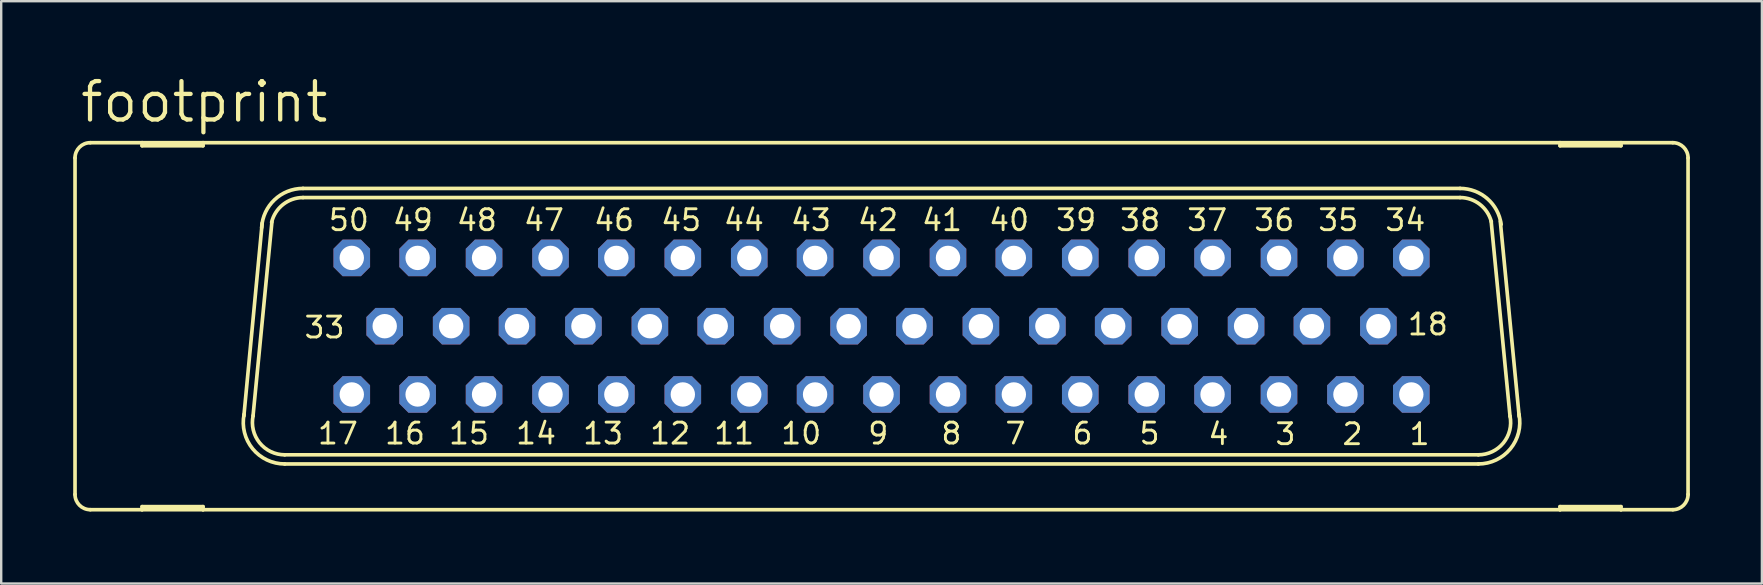
<source format=kicad_pcb>
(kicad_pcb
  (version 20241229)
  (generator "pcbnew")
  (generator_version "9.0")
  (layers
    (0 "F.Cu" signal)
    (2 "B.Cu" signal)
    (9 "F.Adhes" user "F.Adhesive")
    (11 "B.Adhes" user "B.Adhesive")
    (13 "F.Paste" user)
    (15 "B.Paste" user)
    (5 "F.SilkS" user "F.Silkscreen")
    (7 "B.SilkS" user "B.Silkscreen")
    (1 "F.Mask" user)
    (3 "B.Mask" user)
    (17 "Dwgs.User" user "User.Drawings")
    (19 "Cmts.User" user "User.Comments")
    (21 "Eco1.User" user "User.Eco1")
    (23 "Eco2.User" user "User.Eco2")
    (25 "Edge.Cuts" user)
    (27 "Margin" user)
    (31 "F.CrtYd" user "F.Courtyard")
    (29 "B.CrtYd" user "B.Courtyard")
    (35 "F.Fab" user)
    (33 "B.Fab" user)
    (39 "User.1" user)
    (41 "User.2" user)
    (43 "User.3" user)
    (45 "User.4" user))
  (footprint "footprint"
    (layer "F.Cu")
    (at 33.68 10.541)
    (property "Reference" "footprint" (at -33.477 -8.407 0) (layer "F.SilkS") (effects (font (size 1.6 1.6) (thickness 0.178)) (justify left bottom)))
    (fp_line (start -33.604 7.01) (end -33.604 -7.01) (stroke (width 0.152) (type solid)) (layer "F.SilkS"))
    (fp_line (start -32.969 7.645) (end -30.81 7.645) (stroke (width 0.152) (type solid)) (layer "F.SilkS"))
    (fp_line (start -30.81 -7.645) (end -32.969 -7.645) (stroke (width 0.152) (type solid)) (layer "F.SilkS"))
    (fp_line (start -30.81 -7.518) (end -30.81 -7.645) (stroke (width 0.152) (type solid)) (layer "F.SilkS"))
    (fp_line (start -30.81 7.518) (end -30.81 7.645) (stroke (width 0.152) (type solid)) (layer "F.SilkS"))
    (fp_line (start -30.81 7.645) (end -28.27 7.645) (stroke (width 0.152) (type solid)) (layer "F.SilkS"))
    (fp_line (start -28.27 -7.645) (end -30.81 -7.645) (stroke (width 0.152) (type solid)) (layer "F.SilkS"))
    (fp_line (start -28.27 -7.645) (end -28.27 -7.518) (stroke (width 0.152) (type solid)) (layer "F.SilkS"))
    (fp_line (start -28.27 -7.518) (end -30.81 -7.518) (stroke (width 0.152) (type solid)) (layer "F.SilkS"))
    (fp_line (start -28.27 7.518) (end -30.81 7.518) (stroke (width 0.152) (type solid)) (layer "F.SilkS"))
    (fp_line (start -28.27 7.645) (end -28.27 7.518) (stroke (width 0.152) (type solid)) (layer "F.SilkS"))
    (fp_line (start -28.27 7.645) (end 28.27 7.645) (stroke (width 0.152) (type solid)) (layer "F.SilkS"))
    (fp_line (start -26.568 3.734) (end -25.806 -4.293) (stroke (width 0.152) (type solid)) (layer "F.SilkS"))
    (fp_line (start -26.187 3.734) (end -25.4 -4.343) (stroke (width 0.152) (type solid)) (layer "F.SilkS"))
    (fp_line (start 24.105 -5.74) (end -24.105 -5.74) (stroke (width 0.152) (type solid)) (layer "F.SilkS"))
    (fp_line (start 24.105 -5.359) (end -24.105 -5.359) (stroke (width 0.152) (type solid)) (layer "F.SilkS"))
    (fp_line (start 24.867 5.359) (end -24.867 5.359) (stroke (width 0.152) (type solid)) (layer "F.SilkS"))
    (fp_line (start 24.867 5.74) (end -24.867 5.74) (stroke (width 0.152) (type solid)) (layer "F.SilkS"))
    (fp_line (start 25.4 -4.369) (end 26.187 3.759) (stroke (width 0.152) (type solid)) (layer "F.SilkS"))
    (fp_line (start 25.781 -4.369) (end 26.568 3.759) (stroke (width 0.152) (type solid)) (layer "F.SilkS"))
    (fp_line (start 28.27 -7.645) (end -28.27 -7.645) (stroke (width 0.152) (type solid)) (layer "F.SilkS"))
    (fp_line (start 28.27 -7.518) (end 28.27 -7.645) (stroke (width 0.152) (type solid)) (layer "F.SilkS"))
    (fp_line (start 28.27 7.518) (end 28.27 7.645) (stroke (width 0.152) (type solid)) (layer "F.SilkS"))
    (fp_line (start 28.27 7.645) (end 30.81 7.645) (stroke (width 0.152) (type solid)) (layer "F.SilkS"))
    (fp_line (start 30.81 -7.645) (end 28.27 -7.645) (stroke (width 0.152) (type solid)) (layer "F.SilkS"))
    (fp_line (start 30.81 -7.645) (end 30.81 -7.518) (stroke (width 0.152) (type solid)) (layer "F.SilkS"))
    (fp_line (start 30.81 -7.518) (end 28.27 -7.518) (stroke (width 0.152) (type solid)) (layer "F.SilkS"))
    (fp_line (start 30.81 7.518) (end 28.27 7.518) (stroke (width 0.152) (type solid)) (layer "F.SilkS"))
    (fp_line (start 30.81 7.645) (end 30.81 7.518) (stroke (width 0.152) (type solid)) (layer "F.SilkS"))
    (fp_line (start 30.81 7.645) (end 32.969 7.645) (stroke (width 0.152) (type solid)) (layer "F.SilkS"))
    (fp_line (start 32.969 -7.645) (end 30.81 -7.645) (stroke (width 0.152) (type solid)) (layer "F.SilkS"))
    (fp_line (start 33.604 7.01) (end 33.604 -7.01) (stroke (width 0.152) (type solid)) (layer "F.SilkS"))
    (fp_arc (start -33.6042 -7.0104) (mid -33.418213 -7.459413) (end -32.9692 -7.6454) (stroke (width 0.1524) (type solid)) (layer "F.SilkS"))
    (fp_arc (start -32.9692 7.6454) (mid -33.418213 7.459413) (end -33.6042 7.0104) (stroke (width 0.1524) (type solid)) (layer "F.SilkS"))
    (fp_arc (start -25.8289 -4.1073) (mid -25.291966 -5.267228) (end -24.1046 -5.7404) (stroke (width 0.1524) (type solid)) (layer "F.SilkS"))
    (fp_arc (start -25.4133 -4.3274) (mid -24.937855 -5.070274) (end -24.104599 -5.359399) (stroke (width 0.1524) (type solid)) (layer "F.SilkS"))
    (fp_arc (start -24.866598 5.3594) (mid -25.915155 4.857585) (end -26.1821 3.7262) (stroke (width 0.1524) (type solid)) (layer "F.SilkS"))
    (fp_arc (start -24.866598 5.7404) (mid -26.202411 5.108268) (end -26.5606 3.6745) (stroke (width 0.1524) (type solid)) (layer "F.SilkS"))
    (fp_arc (start 24.1046 -5.7404) (mid 25.242311 -5.312711) (end 25.816599 -4.241499) (stroke (width 0.1524) (type solid)) (layer "F.SilkS"))
    (fp_arc (start 24.1046 -5.3594) (mid 24.9281 -5.078145) (end 25.4075 -4.3519) (stroke (width 0.1524) (type solid)) (layer "F.SilkS"))
    (fp_arc (start 26.1867 3.7492) (mid 25.907682 4.866684) (end 24.8666 5.3594) (stroke (width 0.1524) (type solid)) (layer "F.SilkS"))
    (fp_arc (start 26.560299 3.674498) (mid 26.202317 5.10824) (end 24.8666 5.7404) (stroke (width 0.1524) (type solid)) (layer "F.SilkS"))
    (fp_arc (start 32.9692 -7.6454) (mid 33.418213 -7.459413) (end 33.6042 -7.0104) (stroke (width 0.1524) (type solid)) (layer "F.SilkS"))
    (fp_arc (start 33.6042 7.0104) (mid 33.418213 7.459413) (end 32.9692 7.6454) (stroke (width 0.1524) (type solid)) (layer "F.SilkS"))
    (fp_circle (center -22.073 -2.845) (end -21.819 -2.845) (stroke (width 0.406) (type solid)) (fill no) (layer "F.Fab"))
    (fp_circle (center -22.073 2.845) (end -21.819 2.845) (stroke (width 0.406) (type solid)) (fill no) (layer "F.Fab"))
    (fp_circle (center -20.701 0) (end -20.447 0) (stroke (width 0.406) (type solid)) (fill no) (layer "F.Fab"))
    (fp_circle (center -19.329 -2.845) (end -19.075 -2.845) (stroke (width 0.406) (type solid)) (fill no) (layer "F.Fab"))
    (fp_circle (center -19.329 2.845) (end -19.075 2.845) (stroke (width 0.406) (type solid)) (fill no) (layer "F.Fab"))
    (fp_circle (center -17.932 0) (end -17.678 0) (stroke (width 0.406) (type solid)) (fill no) (layer "F.Fab"))
    (fp_circle (center -16.561 -2.845) (end -16.307 -2.845) (stroke (width 0.406) (type solid)) (fill no) (layer "F.Fab"))
    (fp_circle (center -16.561 2.845) (end -16.307 2.845) (stroke (width 0.406) (type solid)) (fill no) (layer "F.Fab"))
    (fp_circle (center -15.189 0) (end -14.935 0) (stroke (width 0.406) (type solid)) (fill no) (layer "F.Fab"))
    (fp_circle (center -13.792 -2.845) (end -13.538 -2.845) (stroke (width 0.406) (type solid)) (fill no) (layer "F.Fab"))
    (fp_circle (center -13.792 2.845) (end -13.538 2.845) (stroke (width 0.406) (type solid)) (fill no) (layer "F.Fab"))
    (fp_circle (center -12.421 0) (end -12.167 0) (stroke (width 0.406) (type solid)) (fill no) (layer "F.Fab"))
    (fp_circle (center -11.049 -2.845) (end -10.795 -2.845) (stroke (width 0.406) (type solid)) (fill no) (layer "F.Fab"))
    (fp_circle (center -11.049 2.845) (end -10.795 2.845) (stroke (width 0.406) (type solid)) (fill no) (layer "F.Fab"))
    (fp_circle (center -9.652 0) (end -9.398 0) (stroke (width 0.406) (type solid)) (fill no) (layer "F.Fab"))
    (fp_circle (center -8.28 -2.845) (end -8.026 -2.845) (stroke (width 0.406) (type solid)) (fill no) (layer "F.Fab"))
    (fp_circle (center -8.28 2.845) (end -8.026 2.845) (stroke (width 0.406) (type solid)) (fill no) (layer "F.Fab"))
    (fp_circle (center -6.909 0) (end -6.655 0) (stroke (width 0.406) (type solid)) (fill no) (layer "F.Fab"))
    (fp_circle (center -5.512 -2.845) (end -5.258 -2.845) (stroke (width 0.406) (type solid)) (fill no) (layer "F.Fab"))
    (fp_circle (center -5.512 2.845) (end -5.258 2.845) (stroke (width 0.406) (type solid)) (fill no) (layer "F.Fab"))
    (fp_circle (center -4.14 0) (end -3.886 0) (stroke (width 0.406) (type solid)) (fill no) (layer "F.Fab"))
    (fp_circle (center -2.769 -2.845) (end -2.515 -2.845) (stroke (width 0.406) (type solid)) (fill no) (layer "F.Fab"))
    (fp_circle (center -2.769 2.845) (end -2.515 2.845) (stroke (width 0.406) (type solid)) (fill no) (layer "F.Fab"))
    (fp_circle (center -1.372 0) (end -1.118 0) (stroke (width 0.406) (type solid)) (fill no) (layer "F.Fab"))
    (fp_circle (center 0 -2.845) (end 0.254 -2.845) (stroke (width 0.406) (type solid)) (fill no) (layer "F.Fab"))
    (fp_circle (center 0 2.845) (end 0.254 2.845) (stroke (width 0.406) (type solid)) (fill no) (layer "F.Fab"))
    (fp_circle (center 1.372 0) (end 1.626 0) (stroke (width 0.406) (type solid)) (fill no) (layer "F.Fab"))
    (fp_circle (center 2.769 -2.845) (end 3.023 -2.845) (stroke (width 0.406) (type solid)) (fill no) (layer "F.Fab"))
    (fp_circle (center 2.769 2.845) (end 3.023 2.845) (stroke (width 0.406) (type solid)) (fill no) (layer "F.Fab"))
    (fp_circle (center 4.14 0) (end 4.394 0) (stroke (width 0.406) (type solid)) (fill no) (layer "F.Fab"))
    (fp_circle (center 5.512 -2.845) (end 5.766 -2.845) (stroke (width 0.406) (type solid)) (fill no) (layer "F.Fab"))
    (fp_circle (center 5.512 2.845) (end 5.766 2.845) (stroke (width 0.406) (type solid)) (fill no) (layer "F.Fab"))
    (fp_circle (center 6.909 0) (end 7.163 0) (stroke (width 0.406) (type solid)) (fill no) (layer "F.Fab"))
    (fp_circle (center 8.28 -2.845) (end 8.534 -2.845) (stroke (width 0.406) (type solid)) (fill no) (layer "F.Fab"))
    (fp_circle (center 8.28 2.845) (end 8.534 2.845) (stroke (width 0.406) (type solid)) (fill no) (layer "F.Fab"))
    (fp_circle (center 9.652 0) (end 9.906 0) (stroke (width 0.406) (type solid)) (fill no) (layer "F.Fab"))
    (fp_circle (center 11.049 -2.845) (end 11.303 -2.845) (stroke (width 0.406) (type solid)) (fill no) (layer "F.Fab"))
    (fp_circle (center 11.049 2.845) (end 11.303 2.845) (stroke (width 0.406) (type solid)) (fill no) (layer "F.Fab"))
    (fp_circle (center 12.421 0) (end 12.675 0) (stroke (width 0.406) (type solid)) (fill no) (layer "F.Fab"))
    (fp_circle (center 13.792 -2.845) (end 14.046 -2.845) (stroke (width 0.406) (type solid)) (fill no) (layer "F.Fab"))
    (fp_circle (center 13.792 2.845) (end 14.046 2.845) (stroke (width 0.406) (type solid)) (fill no) (layer "F.Fab"))
    (fp_circle (center 15.189 0) (end 15.443 0) (stroke (width 0.406) (type solid)) (fill no) (layer "F.Fab"))
    (fp_circle (center 16.561 -2.845) (end 16.815 -2.845) (stroke (width 0.406) (type solid)) (fill no) (layer "F.Fab"))
    (fp_circle (center 16.561 2.845) (end 16.815 2.845) (stroke (width 0.406) (type solid)) (fill no) (layer "F.Fab"))
    (fp_circle (center 17.932 0) (end 18.186 0) (stroke (width 0.406) (type solid)) (fill no) (layer "F.Fab"))
    (fp_circle (center 19.329 -2.845) (end 19.583 -2.845) (stroke (width 0.406) (type solid)) (fill no) (layer "F.Fab"))
    (fp_circle (center 19.329 2.845) (end 19.583 2.845) (stroke (width 0.406) (type solid)) (fill no) (layer "F.Fab"))
    (fp_circle (center 20.701 0) (end 20.955 0) (stroke (width 0.406) (type solid)) (fill no) (layer "F.Fab"))
    (fp_circle (center 22.073 -2.845) (end 22.327 -2.845) (stroke (width 0.406) (type solid)) (fill no) (layer "F.Fab"))
    (fp_circle (center 22.073 2.845) (end 22.327 2.845) (stroke (width 0.406) (type solid)) (fill no) (layer "F.Fab"))
    (fp_text user "12" (at -7.899 3.962 0) (layer "F.SilkS") (effects (font (size 0.872 0.872) (thickness 0.119)) (justify right top)))
    (fp_text user "4" (at 14.529 3.988 0) (layer "F.SilkS") (effects (font (size 0.872 0.872) (thickness 0.119)) (justify right top)))
    (fp_text user "40" (at 6.223 -4.928 0) (layer "F.SilkS") (effects (font (size 0.872 0.872) (thickness 0.119)) (justify right top)))
    (fp_text user "11" (at -5.232 3.962 0) (layer "F.SilkS") (effects (font (size 0.872 0.872) (thickness 0.119)) (justify right top)))
    (fp_text user "16" (at -18.948 3.962 0) (layer "F.SilkS") (effects (font (size 0.872 0.872) (thickness 0.119)) (justify right top)))
    (fp_text user "36" (at 17.272 -4.928 0) (layer "F.SilkS") (effects (font (size 0.872 0.872) (thickness 0.119)) (justify right top)))
    (fp_text user "18" (at 23.673 -0.584 0) (layer "F.SilkS") (effects (font (size 0.872 0.872) (thickness 0.119)) (justify right top)))
    (fp_text user "14" (at -13.487 3.962 0) (layer "F.SilkS") (effects (font (size 0.872 0.872) (thickness 0.119)) (justify right top)))
    (fp_text user "17" (at -21.742 3.962 0) (layer "F.SilkS") (effects (font (size 0.872 0.872) (thickness 0.119)) (justify right top)))
    (fp_text user "34" (at 22.733 -4.928 0) (layer "F.SilkS") (effects (font (size 0.872 0.872) (thickness 0.119)) (justify right top)))
    (fp_text user "37" (at 14.478 -4.928 0) (layer "F.SilkS") (effects (font (size 0.872 0.872) (thickness 0.119)) (justify right top)))
    (fp_text user "41" (at 3.429 -4.928 0) (layer "F.SilkS") (effects (font (size 0.872 0.872) (thickness 0.119)) (justify right top)))
    (fp_text user "7" (at 6.071 3.962 0) (layer "F.SilkS") (effects (font (size 0.872 0.872) (thickness 0.119)) (justify right top)))
    (fp_text user "8" (at 3.404 3.962 0) (layer "F.SilkS") (effects (font (size 0.872 0.872) (thickness 0.119)) (justify right top)))
    (fp_text user "35" (at 19.939 -4.928 0) (layer "F.SilkS") (effects (font (size 0.872 0.872) (thickness 0.119)) (justify right top)))
    (fp_text user "15" (at -16.281 3.962 0) (layer "F.SilkS") (effects (font (size 0.872 0.872) (thickness 0.119)) (justify right top)))
    (fp_text user "1" (at 22.911 3.988 0) (layer "F.SilkS") (effects (font (size 0.872 0.872) (thickness 0.119)) (justify right top)))
    (fp_text user "33" (at -22.301 -0.457 0) (layer "F.SilkS") (effects (font (size 0.872 0.872) (thickness 0.119)) (justify right top)))
    (fp_text user "13" (at -10.693 3.962 0) (layer "F.SilkS") (effects (font (size 0.872 0.872) (thickness 0.119)) (justify right top)))
    (fp_text user "47" (at -13.157 -4.928 0) (layer "F.SilkS") (effects (font (size 0.872 0.872) (thickness 0.119)) (justify right top)))
    (fp_text user "2" (at 20.117 3.988 0) (layer "F.SilkS") (effects (font (size 0.872 0.872) (thickness 0.119)) (justify right top)))
    (fp_text user "44" (at -4.826 -4.928 0) (layer "F.SilkS") (effects (font (size 0.872 0.872) (thickness 0.119)) (justify right top)))
    (fp_text user "45" (at -7.442 -4.928 0) (layer "F.SilkS") (effects (font (size 0.872 0.872) (thickness 0.119)) (justify right top)))
    (fp_text user "3" (at 17.323 3.988 0) (layer "F.SilkS") (effects (font (size 0.872 0.872) (thickness 0.119)) (justify right top)))
    (fp_text user "6" (at 8.865 3.962 0) (layer "F.SilkS") (effects (font (size 0.872 0.872) (thickness 0.119)) (justify right top)))
    (fp_text user "43" (at -2.032 -4.928 0) (layer "F.SilkS") (effects (font (size 0.872 0.872) (thickness 0.119)) (justify right top)))
    (fp_text user "49" (at -18.618 -4.928 0) (layer "F.SilkS") (effects (font (size 0.872 0.872) (thickness 0.119)) (justify right top)))
    (fp_text user "48" (at -15.951 -4.928 0) (layer "F.SilkS") (effects (font (size 0.872 0.872) (thickness 0.119)) (justify right top)))
    (fp_text user "46" (at -10.236 -4.928 0) (layer "F.SilkS") (effects (font (size 0.872 0.872) (thickness 0.119)) (justify right top)))
    (fp_text user "38" (at 11.684 -4.928 0) (layer "F.SilkS") (effects (font (size 0.872 0.872) (thickness 0.119)) (justify right top)))
    (fp_text user "42" (at 0.762 -4.928 0) (layer "F.SilkS") (effects (font (size 0.872 0.872) (thickness 0.119)) (justify right top)))
    (fp_text user "39" (at 9.017 -4.928 0) (layer "F.SilkS") (effects (font (size 0.872 0.872) (thickness 0.119)) (justify right top)))
    (fp_text user "10" (at -2.438 3.962 0) (layer "F.SilkS") (effects (font (size 0.872 0.872) (thickness 0.119)) (justify right top)))
    (fp_text user "9" (at 0.356 3.962 0) (layer "F.SilkS") (effects (font (size 0.872 0.872) (thickness 0.119)) (justify right top)))
    (fp_text user "5" (at 11.659 3.962 0) (layer "F.SilkS") (effects (font (size 0.872 0.872) (thickness 0.119)) (justify right top)))
    (fp_text user "50" (at -21.285 -4.928 0) (layer "F.SilkS") (effects (font (size 0.872 0.872) (thickness 0.119)) (justify right top)))
    (pad "1" thru_hole roundrect (at 22.073 2.845) (size 1.524 1.524) (drill 1.016) (layers "*.Cu" "*.Mask") (roundrect_rratio 0.25) (chamfer_ratio 0.25) (chamfer top_left top_right bottom_left bottom_right))
    (pad "2" thru_hole roundrect (at 19.329 2.845) (size 1.524 1.524) (drill 1.016) (layers "*.Cu" "*.Mask") (roundrect_rratio 0.25) (chamfer_ratio 0.25) (chamfer top_left top_right bottom_left bottom_right))
    (pad "3" thru_hole roundrect (at 16.561 2.845) (size 1.524 1.524) (drill 1.016) (layers "*.Cu" "*.Mask") (roundrect_rratio 0.25) (chamfer_ratio 0.25) (chamfer top_left top_right bottom_left bottom_right))
    (pad "4" thru_hole roundrect (at 13.792 2.845) (size 1.524 1.524) (drill 1.016) (layers "*.Cu" "*.Mask") (roundrect_rratio 0.25) (chamfer_ratio 0.25) (chamfer top_left top_right bottom_left bottom_right))
    (pad "5" thru_hole roundrect (at 11.049 2.845) (size 1.524 1.524) (drill 1.016) (layers "*.Cu" "*.Mask") (roundrect_rratio 0.25) (chamfer_ratio 0.25) (chamfer top_left top_right bottom_left bottom_right))
    (pad "6" thru_hole roundrect (at 8.28 2.845) (size 1.524 1.524) (drill 1.016) (layers "*.Cu" "*.Mask") (roundrect_rratio 0.25) (chamfer_ratio 0.25) (chamfer top_left top_right bottom_left bottom_right))
    (pad "7" thru_hole roundrect (at 5.512 2.845) (size 1.524 1.524) (drill 1.016) (layers "*.Cu" "*.Mask") (roundrect_rratio 0.25) (chamfer_ratio 0.25) (chamfer top_left top_right bottom_left bottom_right))
    (pad "8" thru_hole roundrect (at 2.769 2.845) (size 1.524 1.524) (drill 1.016) (layers "*.Cu" "*.Mask") (roundrect_rratio 0.25) (chamfer_ratio 0.25) (chamfer top_left top_right bottom_left bottom_right))
    (pad "9" thru_hole roundrect (at 0 2.845) (size 1.524 1.524) (drill 1.016) (layers "*.Cu" "*.Mask") (roundrect_rratio 0.25) (chamfer_ratio 0.25) (chamfer top_left top_right bottom_left bottom_right))
    (pad "10" thru_hole roundrect (at -2.769 2.845) (size 1.524 1.524) (drill 1.016) (layers "*.Cu" "*.Mask") (roundrect_rratio 0.25) (chamfer_ratio 0.25) (chamfer top_left top_right bottom_left bottom_right))
    (pad "11" thru_hole roundrect (at -5.512 2.845) (size 1.524 1.524) (drill 1.016) (layers "*.Cu" "*.Mask") (roundrect_rratio 0.25) (chamfer_ratio 0.25) (chamfer top_left top_right bottom_left bottom_right))
    (pad "12" thru_hole roundrect (at -8.28 2.845) (size 1.524 1.524) (drill 1.016) (layers "*.Cu" "*.Mask") (roundrect_rratio 0.25) (chamfer_ratio 0.25) (chamfer top_left top_right bottom_left bottom_right))
    (pad "13" thru_hole roundrect (at -11.049 2.845) (size 1.524 1.524) (drill 1.016) (layers "*.Cu" "*.Mask") (roundrect_rratio 0.25) (chamfer_ratio 0.25) (chamfer top_left top_right bottom_left bottom_right))
    (pad "14" thru_hole roundrect (at -13.792 2.845) (size 1.524 1.524) (drill 1.016) (layers "*.Cu" "*.Mask") (roundrect_rratio 0.25) (chamfer_ratio 0.25) (chamfer top_left top_right bottom_left bottom_right))
    (pad "15" thru_hole roundrect (at -16.561 2.845) (size 1.524 1.524) (drill 1.016) (layers "*.Cu" "*.Mask") (roundrect_rratio 0.25) (chamfer_ratio 0.25) (chamfer top_left top_right bottom_left bottom_right))
    (pad "16" thru_hole roundrect (at -19.329 2.845) (size 1.524 1.524) (drill 1.016) (layers "*.Cu" "*.Mask") (roundrect_rratio 0.25) (chamfer_ratio 0.25) (chamfer top_left top_right bottom_left bottom_right))
    (pad "17" thru_hole roundrect (at -22.073 2.845) (size 1.524 1.524) (drill 1.016) (layers "*.Cu" "*.Mask") (roundrect_rratio 0.25) (chamfer_ratio 0.25) (chamfer top_left top_right bottom_left bottom_right))
    (pad "18" thru_hole roundrect (at 20.701 0) (size 1.524 1.524) (drill 1.016) (layers "*.Cu" "*.Mask") (roundrect_rratio 0.25) (chamfer_ratio 0.25) (chamfer top_left top_right bottom_left bottom_right))
    (pad "19" thru_hole roundrect (at 17.932 0) (size 1.524 1.524) (drill 1.016) (layers "*.Cu" "*.Mask") (roundrect_rratio 0.25) (chamfer_ratio 0.25) (chamfer top_left top_right bottom_left bottom_right))
    (pad "20" thru_hole roundrect (at 15.189 0) (size 1.524 1.524) (drill 1.016) (layers "*.Cu" "*.Mask") (roundrect_rratio 0.25) (chamfer_ratio 0.25) (chamfer top_left top_right bottom_left bottom_right))
    (pad "21" thru_hole roundrect (at 12.421 0) (size 1.524 1.524) (drill 1.016) (layers "*.Cu" "*.Mask") (roundrect_rratio 0.25) (chamfer_ratio 0.25) (chamfer top_left top_right bottom_left bottom_right))
    (pad "22" thru_hole roundrect (at 9.652 0) (size 1.524 1.524) (drill 1.016) (layers "*.Cu" "*.Mask") (roundrect_rratio 0.25) (chamfer_ratio 0.25) (chamfer top_left top_right bottom_left bottom_right))
    (pad "23" thru_hole roundrect (at 6.909 0) (size 1.524 1.524) (drill 1.016) (layers "*.Cu" "*.Mask") (roundrect_rratio 0.25) (chamfer_ratio 0.25) (chamfer top_left top_right bottom_left bottom_right))
    (pad "24" thru_hole roundrect (at 4.14 0) (size 1.524 1.524) (drill 1.016) (layers "*.Cu" "*.Mask") (roundrect_rratio 0.25) (chamfer_ratio 0.25) (chamfer top_left top_right bottom_left bottom_right))
    (pad "25" thru_hole roundrect (at 1.372 0) (size 1.524 1.524) (drill 1.016) (layers "*.Cu" "*.Mask") (roundrect_rratio 0.25) (chamfer_ratio 0.25) (chamfer top_left top_right bottom_left bottom_right))
    (pad "26" thru_hole roundrect (at -1.372 0) (size 1.524 1.524) (drill 1.016) (layers "*.Cu" "*.Mask") (roundrect_rratio 0.25) (chamfer_ratio 0.25) (chamfer top_left top_right bottom_left bottom_right))
    (pad "27" thru_hole roundrect (at -4.14 0) (size 1.524 1.524) (drill 1.016) (layers "*.Cu" "*.Mask") (roundrect_rratio 0.25) (chamfer_ratio 0.25) (chamfer top_left top_right bottom_left bottom_right))
    (pad "28" thru_hole roundrect (at -6.909 0) (size 1.524 1.524) (drill 1.016) (layers "*.Cu" "*.Mask") (roundrect_rratio 0.25) (chamfer_ratio 0.25) (chamfer top_left top_right bottom_left bottom_right))
    (pad "29" thru_hole roundrect (at -9.652 0) (size 1.524 1.524) (drill 1.016) (layers "*.Cu" "*.Mask") (roundrect_rratio 0.25) (chamfer_ratio 0.25) (chamfer top_left top_right bottom_left bottom_right))
    (pad "30" thru_hole roundrect (at -12.421 0) (size 1.524 1.524) (drill 1.016) (layers "*.Cu" "*.Mask") (roundrect_rratio 0.25) (chamfer_ratio 0.25) (chamfer top_left top_right bottom_left bottom_right))
    (pad "31" thru_hole roundrect (at -15.189 0) (size 1.524 1.524) (drill 1.016) (layers "*.Cu" "*.Mask") (roundrect_rratio 0.25) (chamfer_ratio 0.25) (chamfer top_left top_right bottom_left bottom_right))
    (pad "32" thru_hole roundrect (at -17.932 0) (size 1.524 1.524) (drill 1.016) (layers "*.Cu" "*.Mask") (roundrect_rratio 0.25) (chamfer_ratio 0.25) (chamfer top_left top_right bottom_left bottom_right))
    (pad "33" thru_hole roundrect (at -20.701 0) (size 1.524 1.524) (drill 1.016) (layers "*.Cu" "*.Mask") (roundrect_rratio 0.25) (chamfer_ratio 0.25) (chamfer top_left top_right bottom_left bottom_right))
    (pad "34" thru_hole roundrect (at 22.073 -2.845) (size 1.524 1.524) (drill 1.016) (layers "*.Cu" "*.Mask") (roundrect_rratio 0.25) (chamfer_ratio 0.25) (chamfer top_left top_right bottom_left bottom_right))
    (pad "35" thru_hole roundrect (at 19.329 -2.845) (size 1.524 1.524) (drill 1.016) (layers "*.Cu" "*.Mask") (roundrect_rratio 0.25) (chamfer_ratio 0.25) (chamfer top_left top_right bottom_left bottom_right))
    (pad "36" thru_hole roundrect (at 16.561 -2.845) (size 1.524 1.524) (drill 1.016) (layers "*.Cu" "*.Mask") (roundrect_rratio 0.25) (chamfer_ratio 0.25) (chamfer top_left top_right bottom_left bottom_right))
    (pad "37" thru_hole roundrect (at 13.792 -2.845) (size 1.524 1.524) (drill 1.016) (layers "*.Cu" "*.Mask") (roundrect_rratio 0.25) (chamfer_ratio 0.25) (chamfer top_left top_right bottom_left bottom_right))
    (pad "38" thru_hole roundrect (at 11.049 -2.845) (size 1.524 1.524) (drill 1.016) (layers "*.Cu" "*.Mask") (roundrect_rratio 0.25) (chamfer_ratio 0.25) (chamfer top_left top_right bottom_left bottom_right))
    (pad "39" thru_hole roundrect (at 8.28 -2.845) (size 1.524 1.524) (drill 1.016) (layers "*.Cu" "*.Mask") (roundrect_rratio 0.25) (chamfer_ratio 0.25) (chamfer top_left top_right bottom_left bottom_right))
    (pad "40" thru_hole roundrect (at 5.512 -2.845) (size 1.524 1.524) (drill 1.016) (layers "*.Cu" "*.Mask") (roundrect_rratio 0.25) (chamfer_ratio 0.25) (chamfer top_left top_right bottom_left bottom_right))
    (pad "41" thru_hole roundrect (at 2.769 -2.845) (size 1.524 1.524) (drill 1.016) (layers "*.Cu" "*.Mask") (roundrect_rratio 0.25) (chamfer_ratio 0.25) (chamfer top_left top_right bottom_left bottom_right))
    (pad "42" thru_hole roundrect (at 0 -2.845) (size 1.524 1.524) (drill 1.016) (layers "*.Cu" "*.Mask") (roundrect_rratio 0.25) (chamfer_ratio 0.25) (chamfer top_left top_right bottom_left bottom_right))
    (pad "43" thru_hole roundrect (at -2.769 -2.845) (size 1.524 1.524) (drill 1.016) (layers "*.Cu" "*.Mask") (roundrect_rratio 0.25) (chamfer_ratio 0.25) (chamfer top_left top_right bottom_left bottom_right))
    (pad "44" thru_hole roundrect (at -5.512 -2.845) (size 1.524 1.524) (drill 1.016) (layers "*.Cu" "*.Mask") (roundrect_rratio 0.25) (chamfer_ratio 0.25) (chamfer top_left top_right bottom_left bottom_right))
    (pad "45" thru_hole roundrect (at -8.28 -2.845) (size 1.524 1.524) (drill 1.016) (layers "*.Cu" "*.Mask") (roundrect_rratio 0.25) (chamfer_ratio 0.25) (chamfer top_left top_right bottom_left bottom_right))
    (pad "46" thru_hole roundrect (at -11.049 -2.845) (size 1.524 1.524) (drill 1.016) (layers "*.Cu" "*.Mask") (roundrect_rratio 0.25) (chamfer_ratio 0.25) (chamfer top_left top_right bottom_left bottom_right))
    (pad "47" thru_hole roundrect (at -13.792 -2.845) (size 1.524 1.524) (drill 1.016) (layers "*.Cu" "*.Mask") (roundrect_rratio 0.25) (chamfer_ratio 0.25) (chamfer top_left top_right bottom_left bottom_right))
    (pad "48" thru_hole roundrect (at -16.561 -2.845) (size 1.524 1.524) (drill 1.016) (layers "*.Cu" "*.Mask") (roundrect_rratio 0.25) (chamfer_ratio 0.25) (chamfer top_left top_right bottom_left bottom_right))
    (pad "49" thru_hole roundrect (at -19.329 -2.845) (size 1.524 1.524) (drill 1.016) (layers "*.Cu" "*.Mask") (roundrect_rratio 0.25) (chamfer_ratio 0.25) (chamfer top_left top_right bottom_left bottom_right))
    (pad "50" thru_hole roundrect (at -22.073 -2.845) (size 1.524 1.524) (drill 1.016) (layers "*.Cu" "*.Mask") (roundrect_rratio 0.25) (chamfer_ratio 0.25) (chamfer top_left top_right bottom_left bottom_right)))
  (gr_rect
    (start -3 -3)
    (end 70.361 21.263)
    (stroke (width 0.1) (type default))
    (fill no)
    (layer "Edge.Cuts")))
</source>
